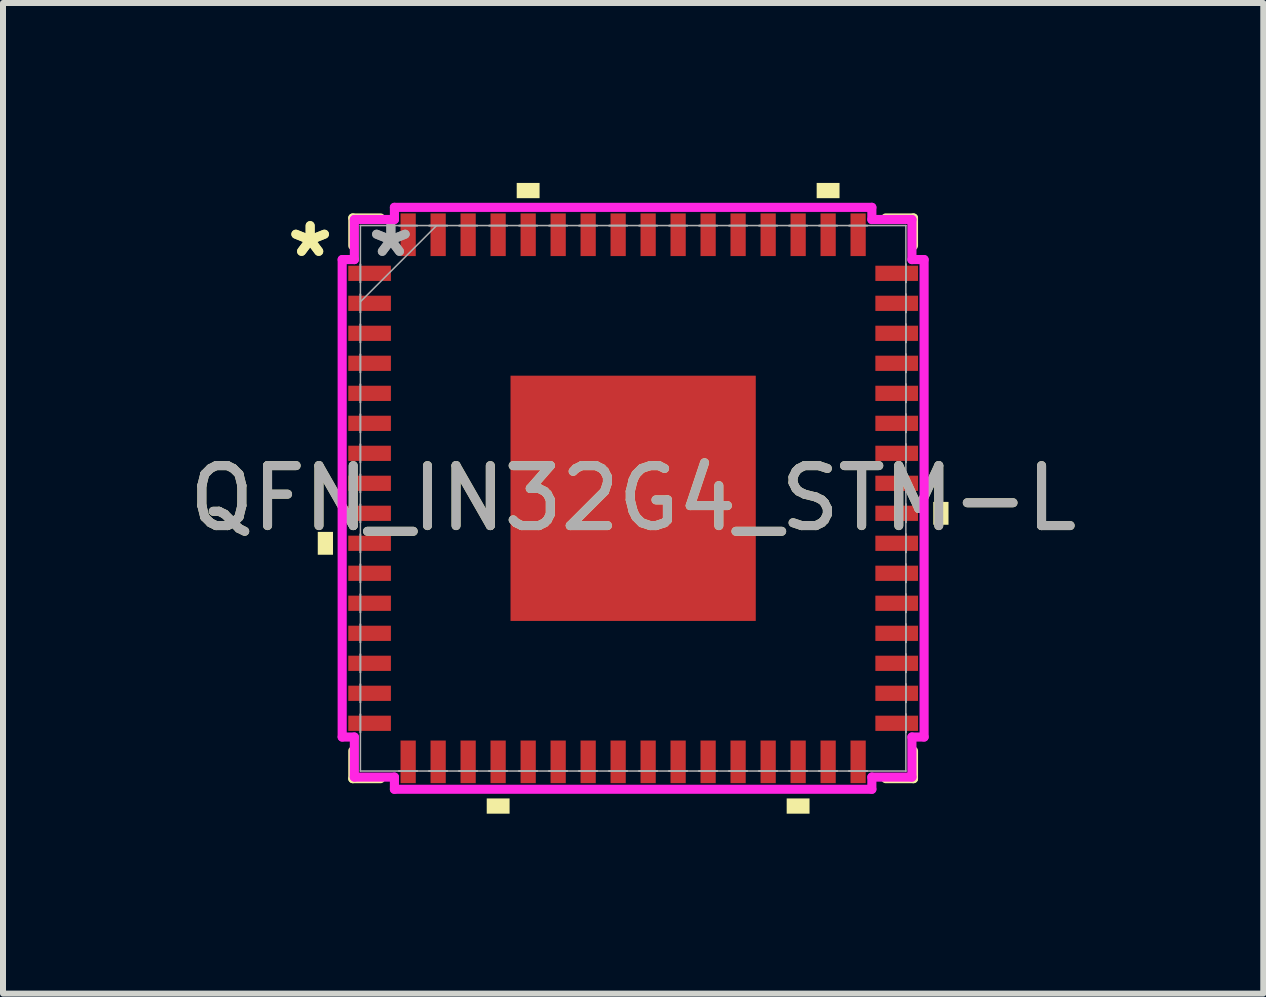
<source format=kicad_pcb>
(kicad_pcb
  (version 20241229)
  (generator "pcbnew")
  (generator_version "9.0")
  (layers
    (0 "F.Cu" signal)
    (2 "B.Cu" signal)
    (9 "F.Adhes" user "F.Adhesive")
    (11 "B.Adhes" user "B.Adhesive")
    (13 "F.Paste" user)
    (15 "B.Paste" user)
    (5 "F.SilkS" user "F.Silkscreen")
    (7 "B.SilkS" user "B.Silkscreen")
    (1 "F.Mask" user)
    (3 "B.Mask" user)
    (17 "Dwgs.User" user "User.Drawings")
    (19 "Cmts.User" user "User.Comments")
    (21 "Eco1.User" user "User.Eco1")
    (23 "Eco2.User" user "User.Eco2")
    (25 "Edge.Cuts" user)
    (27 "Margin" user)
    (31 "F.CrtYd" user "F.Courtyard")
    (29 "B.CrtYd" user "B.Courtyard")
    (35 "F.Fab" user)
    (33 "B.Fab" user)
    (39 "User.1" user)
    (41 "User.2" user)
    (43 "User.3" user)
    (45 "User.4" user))
  (footprint "QFN_IN32G4_STM-L"
    (layer "F.Cu")
    (at 7.506 5.258)
    (property "Reference" "QFN_IN32G4_STM-L" (at 0 0 0) (unlocked yes) (layer "F.SilkS") (effects (font (size 1 1) (thickness 0.15))))
    (attr smd)
    (fp_line (start -4.674 -4.674) (end -4.674 -4.211) (stroke (width 0.152) (type solid)) (layer "F.SilkS"))
    (fp_line (start -4.674 4.211) (end -4.674 4.674) (stroke (width 0.152) (type solid)) (layer "F.SilkS"))
    (fp_line (start -4.674 4.674) (end -4.211 4.674) (stroke (width 0.152) (type solid)) (layer "F.SilkS"))
    (fp_line (start -4.211 -4.674) (end -4.674 -4.674) (stroke (width 0.152) (type solid)) (layer "F.SilkS"))
    (fp_line (start 4.211 4.674) (end 4.674 4.674) (stroke (width 0.152) (type solid)) (layer "F.SilkS"))
    (fp_line (start 4.674 -4.674) (end 4.211 -4.674) (stroke (width 0.152) (type solid)) (layer "F.SilkS"))
    (fp_line (start 4.674 -4.211) (end 4.674 -4.674) (stroke (width 0.152) (type solid)) (layer "F.SilkS"))
    (fp_line (start 4.674 4.674) (end 4.674 4.211) (stroke (width 0.152) (type solid)) (layer "F.SilkS"))
    (fp_poly (pts (xy -5.258 0.56) (xy -5.258 0.941) (xy -5.004 0.941) (xy -5.004 0.56)) (stroke (width 0) (type solid)) (fill yes) (layer "F.SilkS"))
    (fp_poly (pts (xy -2.441 5.004) (xy -2.441 5.258) (xy -2.06 5.258) (xy -2.06 5.004)) (stroke (width 0) (type solid)) (fill yes) (layer "F.SilkS"))
    (fp_poly (pts (xy -1.941 -5.004) (xy -1.941 -5.258) (xy -1.56 -5.258) (xy -1.56 -5.004)) (stroke (width 0) (type solid)) (fill yes) (layer "F.SilkS"))
    (fp_poly (pts (xy 2.56 5.004) (xy 2.56 5.258) (xy 2.941 5.258) (xy 2.941 5.004)) (stroke (width 0) (type solid)) (fill yes) (layer "F.SilkS"))
    (fp_poly (pts (xy 3.06 -5.004) (xy 3.06 -5.258) (xy 3.441 -5.258) (xy 3.441 -5.004)) (stroke (width 0) (type solid)) (fill yes) (layer "F.SilkS"))
    (fp_poly (pts (xy 5.258 0.06) (xy 5.258 0.441) (xy 5.004 0.441) (xy 5.004 0.06)) (stroke (width 0) (type solid)) (fill yes) (layer "F.SilkS"))
    (fp_poly (pts (xy -1.945 -1.945) (xy -1.945 -0.782) (xy -0.782 -0.782) (xy -0.782 -1.945)) (stroke (width 0) (type solid)) (fill yes) (layer "F.Paste"))
    (fp_poly (pts (xy -1.945 -0.582) (xy -1.945 0.582) (xy -0.782 0.582) (xy -0.782 -0.582)) (stroke (width 0) (type solid)) (fill yes) (layer "F.Paste"))
    (fp_poly (pts (xy -1.945 0.782) (xy -1.945 1.945) (xy -0.782 1.945) (xy -0.782 0.782)) (stroke (width 0) (type solid)) (fill yes) (layer "F.Paste"))
    (fp_poly (pts (xy -0.582 -1.945) (xy -0.582 -0.782) (xy 0.582 -0.782) (xy 0.582 -1.945)) (stroke (width 0) (type solid)) (fill yes) (layer "F.Paste"))
    (fp_poly (pts (xy -0.582 -0.582) (xy -0.582 0.582) (xy 0.582 0.582) (xy 0.582 -0.582)) (stroke (width 0) (type solid)) (fill yes) (layer "F.Paste"))
    (fp_poly (pts (xy -0.582 0.782) (xy -0.582 1.945) (xy 0.582 1.945) (xy 0.582 0.782)) (stroke (width 0) (type solid)) (fill yes) (layer "F.Paste"))
    (fp_poly (pts (xy 0.782 -1.945) (xy 0.782 -0.782) (xy 1.945 -0.782) (xy 1.945 -1.945)) (stroke (width 0) (type solid)) (fill yes) (layer "F.Paste"))
    (fp_poly (pts (xy 0.782 -0.582) (xy 0.782 0.582) (xy 1.945 0.582) (xy 1.945 -0.582)) (stroke (width 0) (type solid)) (fill yes) (layer "F.Paste"))
    (fp_poly (pts (xy 0.782 0.782) (xy 0.782 1.945) (xy 1.945 1.945) (xy 1.945 0.782)) (stroke (width 0) (type solid)) (fill yes) (layer "F.Paste"))
    (fp_line (start -4.851 -3.98) (end -4.648 -3.98) (stroke (width 0.152) (type solid)) (layer "F.CrtYd"))
    (fp_line (start -4.851 3.98) (end -4.851 -3.98) (stroke (width 0.152) (type solid)) (layer "F.CrtYd"))
    (fp_line (start -4.648 -4.648) (end -3.98 -4.648) (stroke (width 0.152) (type solid)) (layer "F.CrtYd"))
    (fp_line (start -4.648 -3.98) (end -4.648 -4.648) (stroke (width 0.152) (type solid)) (layer "F.CrtYd"))
    (fp_line (start -4.648 3.98) (end -4.851 3.98) (stroke (width 0.152) (type solid)) (layer "F.CrtYd"))
    (fp_line (start -4.648 4.648) (end -4.648 3.98) (stroke (width 0.152) (type solid)) (layer "F.CrtYd"))
    (fp_line (start -3.98 -4.851) (end 3.98 -4.851) (stroke (width 0.152) (type solid)) (layer "F.CrtYd"))
    (fp_line (start -3.98 -4.648) (end -3.98 -4.851) (stroke (width 0.152) (type solid)) (layer "F.CrtYd"))
    (fp_line (start -3.98 4.648) (end -4.648 4.648) (stroke (width 0.152) (type solid)) (layer "F.CrtYd"))
    (fp_line (start -3.98 4.851) (end -3.98 4.648) (stroke (width 0.152) (type solid)) (layer "F.CrtYd"))
    (fp_line (start 3.98 -4.851) (end 3.98 -4.648) (stroke (width 0.152) (type solid)) (layer "F.CrtYd"))
    (fp_line (start 3.98 -4.648) (end 4.648 -4.648) (stroke (width 0.152) (type solid)) (layer "F.CrtYd"))
    (fp_line (start 3.98 4.648) (end 3.98 4.851) (stroke (width 0.152) (type solid)) (layer "F.CrtYd"))
    (fp_line (start 3.98 4.851) (end -3.98 4.851) (stroke (width 0.152) (type solid)) (layer "F.CrtYd"))
    (fp_line (start 4.648 -4.648) (end 4.648 -3.98) (stroke (width 0.152) (type solid)) (layer "F.CrtYd"))
    (fp_line (start 4.648 -3.98) (end 4.851 -3.98) (stroke (width 0.152) (type solid)) (layer "F.CrtYd"))
    (fp_line (start 4.648 3.98) (end 4.648 4.648) (stroke (width 0.152) (type solid)) (layer "F.CrtYd"))
    (fp_line (start 4.648 4.648) (end 3.98 4.648) (stroke (width 0.152) (type solid)) (layer "F.CrtYd"))
    (fp_line (start 4.851 -3.98) (end 4.851 3.98) (stroke (width 0.152) (type solid)) (layer "F.CrtYd"))
    (fp_line (start 4.851 3.98) (end 4.648 3.98) (stroke (width 0.152) (type solid)) (layer "F.CrtYd"))
    (fp_line (start -4.547 -4.547) (end -4.547 -4.547) (stroke (width 0.025) (type solid)) (layer "F.Fab"))
    (fp_line (start -4.547 -4.547) (end -4.547 4.547) (stroke (width 0.025) (type solid)) (layer "F.Fab"))
    (fp_line (start -4.547 -3.903) (end -4.547 -3.903) (stroke (width 0.025) (type solid)) (layer "F.Fab"))
    (fp_line (start -4.547 -3.903) (end -4.547 -3.599) (stroke (width 0.025) (type solid)) (layer "F.Fab"))
    (fp_line (start -4.547 -3.599) (end -4.547 -3.903) (stroke (width 0.025) (type solid)) (layer "F.Fab"))
    (fp_line (start -4.547 -3.599) (end -4.547 -3.599) (stroke (width 0.025) (type solid)) (layer "F.Fab"))
    (fp_line (start -4.547 -3.403) (end -4.547 -3.403) (stroke (width 0.025) (type solid)) (layer "F.Fab"))
    (fp_line (start -4.547 -3.403) (end -4.547 -3.098) (stroke (width 0.025) (type solid)) (layer "F.Fab"))
    (fp_line (start -4.547 -3.277) (end -3.277 -4.547) (stroke (width 0.025) (type solid)) (layer "F.Fab"))
    (fp_line (start -4.547 -3.098) (end -4.547 -3.403) (stroke (width 0.025) (type solid)) (layer "F.Fab"))
    (fp_line (start -4.547 -3.098) (end -4.547 -3.098) (stroke (width 0.025) (type solid)) (layer "F.Fab"))
    (fp_line (start -4.547 -2.903) (end -4.547 -2.903) (stroke (width 0.025) (type solid)) (layer "F.Fab"))
    (fp_line (start -4.547 -2.903) (end -4.547 -2.598) (stroke (width 0.025) (type solid)) (layer "F.Fab"))
    (fp_line (start -4.547 -2.598) (end -4.547 -2.903) (stroke (width 0.025) (type solid)) (layer "F.Fab"))
    (fp_line (start -4.547 -2.598) (end -4.547 -2.598) (stroke (width 0.025) (type solid)) (layer "F.Fab"))
    (fp_line (start -4.547 -2.403) (end -4.547 -2.403) (stroke (width 0.025) (type solid)) (layer "F.Fab"))
    (fp_line (start -4.547 -2.403) (end -4.547 -2.098) (stroke (width 0.025) (type solid)) (layer "F.Fab"))
    (fp_line (start -4.547 -2.098) (end -4.547 -2.403) (stroke (width 0.025) (type solid)) (layer "F.Fab"))
    (fp_line (start -4.547 -2.098) (end -4.547 -2.098) (stroke (width 0.025) (type solid)) (layer "F.Fab"))
    (fp_line (start -4.547 -1.903) (end -4.547 -1.903) (stroke (width 0.025) (type solid)) (layer "F.Fab"))
    (fp_line (start -4.547 -1.903) (end -4.547 -1.598) (stroke (width 0.025) (type solid)) (layer "F.Fab"))
    (fp_line (start -4.547 -1.598) (end -4.547 -1.903) (stroke (width 0.025) (type solid)) (layer "F.Fab"))
    (fp_line (start -4.547 -1.598) (end -4.547 -1.598) (stroke (width 0.025) (type solid)) (layer "F.Fab"))
    (fp_line (start -4.547 -1.403) (end -4.547 -1.403) (stroke (width 0.025) (type solid)) (layer "F.Fab"))
    (fp_line (start -4.547 -1.403) (end -4.547 -1.098) (stroke (width 0.025) (type solid)) (layer "F.Fab"))
    (fp_line (start -4.547 -1.098) (end -4.547 -1.403) (stroke (width 0.025) (type solid)) (layer "F.Fab"))
    (fp_line (start -4.547 -1.098) (end -4.547 -1.098) (stroke (width 0.025) (type solid)) (layer "F.Fab"))
    (fp_line (start -4.547 -0.903) (end -4.547 -0.903) (stroke (width 0.025) (type solid)) (layer "F.Fab"))
    (fp_line (start -4.547 -0.903) (end -4.547 -0.598) (stroke (width 0.025) (type solid)) (layer "F.Fab"))
    (fp_line (start -4.547 -0.598) (end -4.547 -0.903) (stroke (width 0.025) (type solid)) (layer "F.Fab"))
    (fp_line (start -4.547 -0.598) (end -4.547 -0.598) (stroke (width 0.025) (type solid)) (layer "F.Fab"))
    (fp_line (start -4.547 -0.402) (end -4.547 -0.402) (stroke (width 0.025) (type solid)) (layer "F.Fab"))
    (fp_line (start -4.547 -0.402) (end -4.547 -0.098) (stroke (width 0.025) (type solid)) (layer "F.Fab"))
    (fp_line (start -4.547 -0.098) (end -4.547 -0.402) (stroke (width 0.025) (type solid)) (layer "F.Fab"))
    (fp_line (start -4.547 -0.098) (end -4.547 -0.098) (stroke (width 0.025) (type solid)) (layer "F.Fab"))
    (fp_line (start -4.547 0.098) (end -4.547 0.098) (stroke (width 0.025) (type solid)) (layer "F.Fab"))
    (fp_line (start -4.547 0.098) (end -4.547 0.402) (stroke (width 0.025) (type solid)) (layer "F.Fab"))
    (fp_line (start -4.547 0.402) (end -4.547 0.098) (stroke (width 0.025) (type solid)) (layer "F.Fab"))
    (fp_line (start -4.547 0.402) (end -4.547 0.402) (stroke (width 0.025) (type solid)) (layer "F.Fab"))
    (fp_line (start -4.547 0.598) (end -4.547 0.598) (stroke (width 0.025) (type solid)) (layer "F.Fab"))
    (fp_line (start -4.547 0.598) (end -4.547 0.903) (stroke (width 0.025) (type solid)) (layer "F.Fab"))
    (fp_line (start -4.547 0.903) (end -4.547 0.598) (stroke (width 0.025) (type solid)) (layer "F.Fab"))
    (fp_line (start -4.547 0.903) (end -4.547 0.903) (stroke (width 0.025) (type solid)) (layer "F.Fab"))
    (fp_line (start -4.547 1.098) (end -4.547 1.098) (stroke (width 0.025) (type solid)) (layer "F.Fab"))
    (fp_line (start -4.547 1.098) (end -4.547 1.403) (stroke (width 0.025) (type solid)) (layer "F.Fab"))
    (fp_line (start -4.547 1.403) (end -4.547 1.098) (stroke (width 0.025) (type solid)) (layer "F.Fab"))
    (fp_line (start -4.547 1.403) (end -4.547 1.403) (stroke (width 0.025) (type solid)) (layer "F.Fab"))
    (fp_line (start -4.547 1.598) (end -4.547 1.598) (stroke (width 0.025) (type solid)) (layer "F.Fab"))
    (fp_line (start -4.547 1.598) (end -4.547 1.903) (stroke (width 0.025) (type solid)) (layer "F.Fab"))
    (fp_line (start -4.547 1.903) (end -4.547 1.598) (stroke (width 0.025) (type solid)) (layer "F.Fab"))
    (fp_line (start -4.547 1.903) (end -4.547 1.903) (stroke (width 0.025) (type solid)) (layer "F.Fab"))
    (fp_line (start -4.547 2.098) (end -4.547 2.098) (stroke (width 0.025) (type solid)) (layer "F.Fab"))
    (fp_line (start -4.547 2.098) (end -4.547 2.403) (stroke (width 0.025) (type solid)) (layer "F.Fab"))
    (fp_line (start -4.547 2.403) (end -4.547 2.098) (stroke (width 0.025) (type solid)) (layer "F.Fab"))
    (fp_line (start -4.547 2.403) (end -4.547 2.403) (stroke (width 0.025) (type solid)) (layer "F.Fab"))
    (fp_line (start -4.547 2.598) (end -4.547 2.598) (stroke (width 0.025) (type solid)) (layer "F.Fab"))
    (fp_line (start -4.547 2.598) (end -4.547 2.903) (stroke (width 0.025) (type solid)) (layer "F.Fab"))
    (fp_line (start -4.547 2.903) (end -4.547 2.598) (stroke (width 0.025) (type solid)) (layer "F.Fab"))
    (fp_line (start -4.547 2.903) (end -4.547 2.903) (stroke (width 0.025) (type solid)) (layer "F.Fab"))
    (fp_line (start -4.547 3.098) (end -4.547 3.098) (stroke (width 0.025) (type solid)) (layer "F.Fab"))
    (fp_line (start -4.547 3.098) (end -4.547 3.403) (stroke (width 0.025) (type solid)) (layer "F.Fab"))
    (fp_line (start -4.547 3.403) (end -4.547 3.098) (stroke (width 0.025) (type solid)) (layer "F.Fab"))
    (fp_line (start -4.547 3.403) (end -4.547 3.403) (stroke (width 0.025) (type solid)) (layer "F.Fab"))
    (fp_line (start -4.547 3.599) (end -4.547 3.599) (stroke (width 0.025) (type solid)) (layer "F.Fab"))
    (fp_line (start -4.547 3.599) (end -4.547 3.903) (stroke (width 0.025) (type solid)) (layer "F.Fab"))
    (fp_line (start -4.547 3.903) (end -4.547 3.599) (stroke (width 0.025) (type solid)) (layer "F.Fab"))
    (fp_line (start -4.547 3.903) (end -4.547 3.903) (stroke (width 0.025) (type solid)) (layer "F.Fab"))
    (fp_line (start -4.547 4.547) (end -4.547 4.547) (stroke (width 0.025) (type solid)) (layer "F.Fab"))
    (fp_line (start -4.547 4.547) (end 4.547 4.547) (stroke (width 0.025) (type solid)) (layer "F.Fab"))
    (fp_line (start -3.903 -4.547) (end -3.903 -4.547) (stroke (width 0.025) (type solid)) (layer "F.Fab"))
    (fp_line (start -3.903 -4.547) (end -3.599 -4.547) (stroke (width 0.025) (type solid)) (layer "F.Fab"))
    (fp_line (start -3.903 4.547) (end -3.903 4.547) (stroke (width 0.025) (type solid)) (layer "F.Fab"))
    (fp_line (start -3.903 4.547) (end -3.599 4.547) (stroke (width 0.025) (type solid)) (layer "F.Fab"))
    (fp_line (start -3.599 -4.547) (end -3.903 -4.547) (stroke (width 0.025) (type solid)) (layer "F.Fab"))
    (fp_line (start -3.599 -4.547) (end -3.599 -4.547) (stroke (width 0.025) (type solid)) (layer "F.Fab"))
    (fp_line (start -3.599 4.547) (end -3.903 4.547) (stroke (width 0.025) (type solid)) (layer "F.Fab"))
    (fp_line (start -3.599 4.547) (end -3.599 4.547) (stroke (width 0.025) (type solid)) (layer "F.Fab"))
    (fp_line (start -3.403 -4.547) (end -3.403 -4.547) (stroke (width 0.025) (type solid)) (layer "F.Fab"))
    (fp_line (start -3.403 -4.547) (end -3.098 -4.547) (stroke (width 0.025) (type solid)) (layer "F.Fab"))
    (fp_line (start -3.403 4.547) (end -3.403 4.547) (stroke (width 0.025) (type solid)) (layer "F.Fab"))
    (fp_line (start -3.403 4.547) (end -3.098 4.547) (stroke (width 0.025) (type solid)) (layer "F.Fab"))
    (fp_line (start -3.098 -4.547) (end -3.403 -4.547) (stroke (width 0.025) (type solid)) (layer "F.Fab"))
    (fp_line (start -3.098 -4.547) (end -3.098 -4.547) (stroke (width 0.025) (type solid)) (layer "F.Fab"))
    (fp_line (start -3.098 4.547) (end -3.403 4.547) (stroke (width 0.025) (type solid)) (layer "F.Fab"))
    (fp_line (start -3.098 4.547) (end -3.098 4.547) (stroke (width 0.025) (type solid)) (layer "F.Fab"))
    (fp_line (start -2.903 -4.547) (end -2.903 -4.547) (stroke (width 0.025) (type solid)) (layer "F.Fab"))
    (fp_line (start -2.903 -4.547) (end -2.598 -4.547) (stroke (width 0.025) (type solid)) (layer "F.Fab"))
    (fp_line (start -2.903 4.547) (end -2.903 4.547) (stroke (width 0.025) (type solid)) (layer "F.Fab"))
    (fp_line (start -2.903 4.547) (end -2.598 4.547) (stroke (width 0.025) (type solid)) (layer "F.Fab"))
    (fp_line (start -2.598 -4.547) (end -2.903 -4.547) (stroke (width 0.025) (type solid)) (layer "F.Fab"))
    (fp_line (start -2.598 -4.547) (end -2.598 -4.547) (stroke (width 0.025) (type solid)) (layer "F.Fab"))
    (fp_line (start -2.598 4.547) (end -2.903 4.547) (stroke (width 0.025) (type solid)) (layer "F.Fab"))
    (fp_line (start -2.598 4.547) (end -2.598 4.547) (stroke (width 0.025) (type solid)) (layer "F.Fab"))
    (fp_line (start -2.403 -4.547) (end -2.403 -4.547) (stroke (width 0.025) (type solid)) (layer "F.Fab"))
    (fp_line (start -2.403 -4.547) (end -2.098 -4.547) (stroke (width 0.025) (type solid)) (layer "F.Fab"))
    (fp_line (start -2.403 4.547) (end -2.403 4.547) (stroke (width 0.025) (type solid)) (layer "F.Fab"))
    (fp_line (start -2.403 4.547) (end -2.098 4.547) (stroke (width 0.025) (type solid)) (layer "F.Fab"))
    (fp_line (start -2.098 -4.547) (end -2.403 -4.547) (stroke (width 0.025) (type solid)) (layer "F.Fab"))
    (fp_line (start -2.098 -4.547) (end -2.098 -4.547) (stroke (width 0.025) (type solid)) (layer "F.Fab"))
    (fp_line (start -2.098 4.547) (end -2.403 4.547) (stroke (width 0.025) (type solid)) (layer "F.Fab"))
    (fp_line (start -2.098 4.547) (end -2.098 4.547) (stroke (width 0.025) (type solid)) (layer "F.Fab"))
    (fp_line (start -1.903 -4.547) (end -1.903 -4.547) (stroke (width 0.025) (type solid)) (layer "F.Fab"))
    (fp_line (start -1.903 -4.547) (end -1.598 -4.547) (stroke (width 0.025) (type solid)) (layer "F.Fab"))
    (fp_line (start -1.903 4.547) (end -1.903 4.547) (stroke (width 0.025) (type solid)) (layer "F.Fab"))
    (fp_line (start -1.903 4.547) (end -1.598 4.547) (stroke (width 0.025) (type solid)) (layer "F.Fab"))
    (fp_line (start -1.598 -4.547) (end -1.903 -4.547) (stroke (width 0.025) (type solid)) (layer "F.Fab"))
    (fp_line (start -1.598 -4.547) (end -1.598 -4.547) (stroke (width 0.025) (type solid)) (layer "F.Fab"))
    (fp_line (start -1.598 4.547) (end -1.903 4.547) (stroke (width 0.025) (type solid)) (layer "F.Fab"))
    (fp_line (start -1.598 4.547) (end -1.598 4.547) (stroke (width 0.025) (type solid)) (layer "F.Fab"))
    (fp_line (start -1.403 -4.547) (end -1.403 -4.547) (stroke (width 0.025) (type solid)) (layer "F.Fab"))
    (fp_line (start -1.403 -4.547) (end -1.098 -4.547) (stroke (width 0.025) (type solid)) (layer "F.Fab"))
    (fp_line (start -1.403 4.547) (end -1.403 4.547) (stroke (width 0.025) (type solid)) (layer "F.Fab"))
    (fp_line (start -1.403 4.547) (end -1.098 4.547) (stroke (width 0.025) (type solid)) (layer "F.Fab"))
    (fp_line (start -1.098 -4.547) (end -1.403 -4.547) (stroke (width 0.025) (type solid)) (layer "F.Fab"))
    (fp_line (start -1.098 -4.547) (end -1.098 -4.547) (stroke (width 0.025) (type solid)) (layer "F.Fab"))
    (fp_line (start -1.098 4.547) (end -1.403 4.547) (stroke (width 0.025) (type solid)) (layer "F.Fab"))
    (fp_line (start -1.098 4.547) (end -1.098 4.547) (stroke (width 0.025) (type solid)) (layer "F.Fab"))
    (fp_line (start -0.903 -4.547) (end -0.903 -4.547) (stroke (width 0.025) (type solid)) (layer "F.Fab"))
    (fp_line (start -0.903 -4.547) (end -0.598 -4.547) (stroke (width 0.025) (type solid)) (layer "F.Fab"))
    (fp_line (start -0.903 4.547) (end -0.903 4.547) (stroke (width 0.025) (type solid)) (layer "F.Fab"))
    (fp_line (start -0.903 4.547) (end -0.598 4.547) (stroke (width 0.025) (type solid)) (layer "F.Fab"))
    (fp_line (start -0.598 -4.547) (end -0.903 -4.547) (stroke (width 0.025) (type solid)) (layer "F.Fab"))
    (fp_line (start -0.598 -4.547) (end -0.598 -4.547) (stroke (width 0.025) (type solid)) (layer "F.Fab"))
    (fp_line (start -0.598 4.547) (end -0.903 4.547) (stroke (width 0.025) (type solid)) (layer "F.Fab"))
    (fp_line (start -0.598 4.547) (end -0.598 4.547) (stroke (width 0.025) (type solid)) (layer "F.Fab"))
    (fp_line (start -0.402 -4.547) (end -0.402 -4.547) (stroke (width 0.025) (type solid)) (layer "F.Fab"))
    (fp_line (start -0.402 -4.547) (end -0.098 -4.547) (stroke (width 0.025) (type solid)) (layer "F.Fab"))
    (fp_line (start -0.402 4.547) (end -0.402 4.547) (stroke (width 0.025) (type solid)) (layer "F.Fab"))
    (fp_line (start -0.402 4.547) (end -0.098 4.547) (stroke (width 0.025) (type solid)) (layer "F.Fab"))
    (fp_line (start -0.098 -4.547) (end -0.402 -4.547) (stroke (width 0.025) (type solid)) (layer "F.Fab"))
    (fp_line (start -0.098 -4.547) (end -0.098 -4.547) (stroke (width 0.025) (type solid)) (layer "F.Fab"))
    (fp_line (start -0.098 4.547) (end -0.402 4.547) (stroke (width 0.025) (type solid)) (layer "F.Fab"))
    (fp_line (start -0.098 4.547) (end -0.098 4.547) (stroke (width 0.025) (type solid)) (layer "F.Fab"))
    (fp_line (start 0.098 -4.547) (end 0.098 -4.547) (stroke (width 0.025) (type solid)) (layer "F.Fab"))
    (fp_line (start 0.098 -4.547) (end 0.402 -4.547) (stroke (width 0.025) (type solid)) (layer "F.Fab"))
    (fp_line (start 0.098 4.547) (end 0.098 4.547) (stroke (width 0.025) (type solid)) (layer "F.Fab"))
    (fp_line (start 0.098 4.547) (end 0.402 4.547) (stroke (width 0.025) (type solid)) (layer "F.Fab"))
    (fp_line (start 0.402 -4.547) (end 0.098 -4.547) (stroke (width 0.025) (type solid)) (layer "F.Fab"))
    (fp_line (start 0.402 -4.547) (end 0.402 -4.547) (stroke (width 0.025) (type solid)) (layer "F.Fab"))
    (fp_line (start 0.402 4.547) (end 0.098 4.547) (stroke (width 0.025) (type solid)) (layer "F.Fab"))
    (fp_line (start 0.402 4.547) (end 0.402 4.547) (stroke (width 0.025) (type solid)) (layer "F.Fab"))
    (fp_line (start 0.598 -4.547) (end 0.598 -4.547) (stroke (width 0.025) (type solid)) (layer "F.Fab"))
    (fp_line (start 0.598 -4.547) (end 0.903 -4.547) (stroke (width 0.025) (type solid)) (layer "F.Fab"))
    (fp_line (start 0.598 4.547) (end 0.598 4.547) (stroke (width 0.025) (type solid)) (layer "F.Fab"))
    (fp_line (start 0.598 4.547) (end 0.903 4.547) (stroke (width 0.025) (type solid)) (layer "F.Fab"))
    (fp_line (start 0.903 -4.547) (end 0.598 -4.547) (stroke (width 0.025) (type solid)) (layer "F.Fab"))
    (fp_line (start 0.903 -4.547) (end 0.903 -4.547) (stroke (width 0.025) (type solid)) (layer "F.Fab"))
    (fp_line (start 0.903 4.547) (end 0.598 4.547) (stroke (width 0.025) (type solid)) (layer "F.Fab"))
    (fp_line (start 0.903 4.547) (end 0.903 4.547) (stroke (width 0.025) (type solid)) (layer "F.Fab"))
    (fp_line (start 1.098 -4.547) (end 1.098 -4.547) (stroke (width 0.025) (type solid)) (layer "F.Fab"))
    (fp_line (start 1.098 -4.547) (end 1.403 -4.547) (stroke (width 0.025) (type solid)) (layer "F.Fab"))
    (fp_line (start 1.098 4.547) (end 1.098 4.547) (stroke (width 0.025) (type solid)) (layer "F.Fab"))
    (fp_line (start 1.098 4.547) (end 1.403 4.547) (stroke (width 0.025) (type solid)) (layer "F.Fab"))
    (fp_line (start 1.403 -4.547) (end 1.098 -4.547) (stroke (width 0.025) (type solid)) (layer "F.Fab"))
    (fp_line (start 1.403 -4.547) (end 1.403 -4.547) (stroke (width 0.025) (type solid)) (layer "F.Fab"))
    (fp_line (start 1.403 4.547) (end 1.098 4.547) (stroke (width 0.025) (type solid)) (layer "F.Fab"))
    (fp_line (start 1.403 4.547) (end 1.403 4.547) (stroke (width 0.025) (type solid)) (layer "F.Fab"))
    (fp_line (start 1.598 -4.547) (end 1.598 -4.547) (stroke (width 0.025) (type solid)) (layer "F.Fab"))
    (fp_line (start 1.598 -4.547) (end 1.903 -4.547) (stroke (width 0.025) (type solid)) (layer "F.Fab"))
    (fp_line (start 1.598 4.547) (end 1.598 4.547) (stroke (width 0.025) (type solid)) (layer "F.Fab"))
    (fp_line (start 1.598 4.547) (end 1.903 4.547) (stroke (width 0.025) (type solid)) (layer "F.Fab"))
    (fp_line (start 1.903 -4.547) (end 1.598 -4.547) (stroke (width 0.025) (type solid)) (layer "F.Fab"))
    (fp_line (start 1.903 -4.547) (end 1.903 -4.547) (stroke (width 0.025) (type solid)) (layer "F.Fab"))
    (fp_line (start 1.903 4.547) (end 1.598 4.547) (stroke (width 0.025) (type solid)) (layer "F.Fab"))
    (fp_line (start 1.903 4.547) (end 1.903 4.547) (stroke (width 0.025) (type solid)) (layer "F.Fab"))
    (fp_line (start 2.098 -4.547) (end 2.098 -4.547) (stroke (width 0.025) (type solid)) (layer "F.Fab"))
    (fp_line (start 2.098 -4.547) (end 2.403 -4.547) (stroke (width 0.025) (type solid)) (layer "F.Fab"))
    (fp_line (start 2.098 4.547) (end 2.098 4.547) (stroke (width 0.025) (type solid)) (layer "F.Fab"))
    (fp_line (start 2.098 4.547) (end 2.403 4.547) (stroke (width 0.025) (type solid)) (layer "F.Fab"))
    (fp_line (start 2.403 -4.547) (end 2.098 -4.547) (stroke (width 0.025) (type solid)) (layer "F.Fab"))
    (fp_line (start 2.403 -4.547) (end 2.403 -4.547) (stroke (width 0.025) (type solid)) (layer "F.Fab"))
    (fp_line (start 2.403 4.547) (end 2.098 4.547) (stroke (width 0.025) (type solid)) (layer "F.Fab"))
    (fp_line (start 2.403 4.547) (end 2.403 4.547) (stroke (width 0.025) (type solid)) (layer "F.Fab"))
    (fp_line (start 2.598 -4.547) (end 2.598 -4.547) (stroke (width 0.025) (type solid)) (layer "F.Fab"))
    (fp_line (start 2.598 -4.547) (end 2.903 -4.547) (stroke (width 0.025) (type solid)) (layer "F.Fab"))
    (fp_line (start 2.598 4.547) (end 2.598 4.547) (stroke (width 0.025) (type solid)) (layer "F.Fab"))
    (fp_line (start 2.598 4.547) (end 2.903 4.547) (stroke (width 0.025) (type solid)) (layer "F.Fab"))
    (fp_line (start 2.903 -4.547) (end 2.598 -4.547) (stroke (width 0.025) (type solid)) (layer "F.Fab"))
    (fp_line (start 2.903 -4.547) (end 2.903 -4.547) (stroke (width 0.025) (type solid)) (layer "F.Fab"))
    (fp_line (start 2.903 4.547) (end 2.598 4.547) (stroke (width 0.025) (type solid)) (layer "F.Fab"))
    (fp_line (start 2.903 4.547) (end 2.903 4.547) (stroke (width 0.025) (type solid)) (layer "F.Fab"))
    (fp_line (start 3.098 -4.547) (end 3.098 -4.547) (stroke (width 0.025) (type solid)) (layer "F.Fab"))
    (fp_line (start 3.098 -4.547) (end 3.403 -4.547) (stroke (width 0.025) (type solid)) (layer "F.Fab"))
    (fp_line (start 3.098 4.547) (end 3.098 4.547) (stroke (width 0.025) (type solid)) (layer "F.Fab"))
    (fp_line (start 3.098 4.547) (end 3.403 4.547) (stroke (width 0.025) (type solid)) (layer "F.Fab"))
    (fp_line (start 3.403 -4.547) (end 3.098 -4.547) (stroke (width 0.025) (type solid)) (layer "F.Fab"))
    (fp_line (start 3.403 -4.547) (end 3.403 -4.547) (stroke (width 0.025) (type solid)) (layer "F.Fab"))
    (fp_line (start 3.403 4.547) (end 3.098 4.547) (stroke (width 0.025) (type solid)) (layer "F.Fab"))
    (fp_line (start 3.403 4.547) (end 3.403 4.547) (stroke (width 0.025) (type solid)) (layer "F.Fab"))
    (fp_line (start 3.599 -4.547) (end 3.599 -4.547) (stroke (width 0.025) (type solid)) (layer "F.Fab"))
    (fp_line (start 3.599 -4.547) (end 3.903 -4.547) (stroke (width 0.025) (type solid)) (layer "F.Fab"))
    (fp_line (start 3.599 4.547) (end 3.599 4.547) (stroke (width 0.025) (type solid)) (layer "F.Fab"))
    (fp_line (start 3.599 4.547) (end 3.903 4.547) (stroke (width 0.025) (type solid)) (layer "F.Fab"))
    (fp_line (start 3.903 -4.547) (end 3.599 -4.547) (stroke (width 0.025) (type solid)) (layer "F.Fab"))
    (fp_line (start 3.903 -4.547) (end 3.903 -4.547) (stroke (width 0.025) (type solid)) (layer "F.Fab"))
    (fp_line (start 3.903 4.547) (end 3.599 4.547) (stroke (width 0.025) (type solid)) (layer "F.Fab"))
    (fp_line (start 3.903 4.547) (end 3.903 4.547) (stroke (width 0.025) (type solid)) (layer "F.Fab"))
    (fp_line (start 4.547 -4.547) (end -4.547 -4.547) (stroke (width 0.025) (type solid)) (layer "F.Fab"))
    (fp_line (start 4.547 -4.547) (end 4.547 -4.547) (stroke (width 0.025) (type solid)) (layer "F.Fab"))
    (fp_line (start 4.547 -3.903) (end 4.547 -3.903) (stroke (width 0.025) (type solid)) (layer "F.Fab"))
    (fp_line (start 4.547 -3.903) (end 4.547 -3.599) (stroke (width 0.025) (type solid)) (layer "F.Fab"))
    (fp_line (start 4.547 -3.599) (end 4.547 -3.903) (stroke (width 0.025) (type solid)) (layer "F.Fab"))
    (fp_line (start 4.547 -3.599) (end 4.547 -3.599) (stroke (width 0.025) (type solid)) (layer "F.Fab"))
    (fp_line (start 4.547 -3.403) (end 4.547 -3.403) (stroke (width 0.025) (type solid)) (layer "F.Fab"))
    (fp_line (start 4.547 -3.403) (end 4.547 -3.098) (stroke (width 0.025) (type solid)) (layer "F.Fab"))
    (fp_line (start 4.547 -3.098) (end 4.547 -3.403) (stroke (width 0.025) (type solid)) (layer "F.Fab"))
    (fp_line (start 4.547 -3.098) (end 4.547 -3.098) (stroke (width 0.025) (type solid)) (layer "F.Fab"))
    (fp_line (start 4.547 -2.903) (end 4.547 -2.903) (stroke (width 0.025) (type solid)) (layer "F.Fab"))
    (fp_line (start 4.547 -2.903) (end 4.547 -2.598) (stroke (width 0.025) (type solid)) (layer "F.Fab"))
    (fp_line (start 4.547 -2.598) (end 4.547 -2.903) (stroke (width 0.025) (type solid)) (layer "F.Fab"))
    (fp_line (start 4.547 -2.598) (end 4.547 -2.598) (stroke (width 0.025) (type solid)) (layer "F.Fab"))
    (fp_line (start 4.547 -2.403) (end 4.547 -2.403) (stroke (width 0.025) (type solid)) (layer "F.Fab"))
    (fp_line (start 4.547 -2.403) (end 4.547 -2.098) (stroke (width 0.025) (type solid)) (layer "F.Fab"))
    (fp_line (start 4.547 -2.098) (end 4.547 -2.403) (stroke (width 0.025) (type solid)) (layer "F.Fab"))
    (fp_line (start 4.547 -2.098) (end 4.547 -2.098) (stroke (width 0.025) (type solid)) (layer "F.Fab"))
    (fp_line (start 4.547 -1.903) (end 4.547 -1.903) (stroke (width 0.025) (type solid)) (layer "F.Fab"))
    (fp_line (start 4.547 -1.903) (end 4.547 -1.598) (stroke (width 0.025) (type solid)) (layer "F.Fab"))
    (fp_line (start 4.547 -1.598) (end 4.547 -1.903) (stroke (width 0.025) (type solid)) (layer "F.Fab"))
    (fp_line (start 4.547 -1.598) (end 4.547 -1.598) (stroke (width 0.025) (type solid)) (layer "F.Fab"))
    (fp_line (start 4.547 -1.403) (end 4.547 -1.403) (stroke (width 0.025) (type solid)) (layer "F.Fab"))
    (fp_line (start 4.547 -1.403) (end 4.547 -1.098) (stroke (width 0.025) (type solid)) (layer "F.Fab"))
    (fp_line (start 4.547 -1.098) (end 4.547 -1.403) (stroke (width 0.025) (type solid)) (layer "F.Fab"))
    (fp_line (start 4.547 -1.098) (end 4.547 -1.098) (stroke (width 0.025) (type solid)) (layer "F.Fab"))
    (fp_line (start 4.547 -0.903) (end 4.547 -0.903) (stroke (width 0.025) (type solid)) (layer "F.Fab"))
    (fp_line (start 4.547 -0.903) (end 4.547 -0.598) (stroke (width 0.025) (type solid)) (layer "F.Fab"))
    (fp_line (start 4.547 -0.598) (end 4.547 -0.903) (stroke (width 0.025) (type solid)) (layer "F.Fab"))
    (fp_line (start 4.547 -0.598) (end 4.547 -0.598) (stroke (width 0.025) (type solid)) (layer "F.Fab"))
    (fp_line (start 4.547 -0.402) (end 4.547 -0.402) (stroke (width 0.025) (type solid)) (layer "F.Fab"))
    (fp_line (start 4.547 -0.402) (end 4.547 -0.098) (stroke (width 0.025) (type solid)) (layer "F.Fab"))
    (fp_line (start 4.547 -0.098) (end 4.547 -0.402) (stroke (width 0.025) (type solid)) (layer "F.Fab"))
    (fp_line (start 4.547 -0.098) (end 4.547 -0.098) (stroke (width 0.025) (type solid)) (layer "F.Fab"))
    (fp_line (start 4.547 0.098) (end 4.547 0.098) (stroke (width 0.025) (type solid)) (layer "F.Fab"))
    (fp_line (start 4.547 0.098) (end 4.547 0.402) (stroke (width 0.025) (type solid)) (layer "F.Fab"))
    (fp_line (start 4.547 0.402) (end 4.547 0.098) (stroke (width 0.025) (type solid)) (layer "F.Fab"))
    (fp_line (start 4.547 0.402) (end 4.547 0.402) (stroke (width 0.025) (type solid)) (layer "F.Fab"))
    (fp_line (start 4.547 0.598) (end 4.547 0.598) (stroke (width 0.025) (type solid)) (layer "F.Fab"))
    (fp_line (start 4.547 0.598) (end 4.547 0.903) (stroke (width 0.025) (type solid)) (layer "F.Fab"))
    (fp_line (start 4.547 0.903) (end 4.547 0.598) (stroke (width 0.025) (type solid)) (layer "F.Fab"))
    (fp_line (start 4.547 0.903) (end 4.547 0.903) (stroke (width 0.025) (type solid)) (layer "F.Fab"))
    (fp_line (start 4.547 1.098) (end 4.547 1.098) (stroke (width 0.025) (type solid)) (layer "F.Fab"))
    (fp_line (start 4.547 1.098) (end 4.547 1.403) (stroke (width 0.025) (type solid)) (layer "F.Fab"))
    (fp_line (start 4.547 1.403) (end 4.547 1.098) (stroke (width 0.025) (type solid)) (layer "F.Fab"))
    (fp_line (start 4.547 1.403) (end 4.547 1.403) (stroke (width 0.025) (type solid)) (layer "F.Fab"))
    (fp_line (start 4.547 1.598) (end 4.547 1.598) (stroke (width 0.025) (type solid)) (layer "F.Fab"))
    (fp_line (start 4.547 1.598) (end 4.547 1.903) (stroke (width 0.025) (type solid)) (layer "F.Fab"))
    (fp_line (start 4.547 1.903) (end 4.547 1.598) (stroke (width 0.025) (type solid)) (layer "F.Fab"))
    (fp_line (start 4.547 1.903) (end 4.547 1.903) (stroke (width 0.025) (type solid)) (layer "F.Fab"))
    (fp_line (start 4.547 2.098) (end 4.547 2.098) (stroke (width 0.025) (type solid)) (layer "F.Fab"))
    (fp_line (start 4.547 2.098) (end 4.547 2.403) (stroke (width 0.025) (type solid)) (layer "F.Fab"))
    (fp_line (start 4.547 2.403) (end 4.547 2.098) (stroke (width 0.025) (type solid)) (layer "F.Fab"))
    (fp_line (start 4.547 2.403) (end 4.547 2.403) (stroke (width 0.025) (type solid)) (layer "F.Fab"))
    (fp_line (start 4.547 2.598) (end 4.547 2.598) (stroke (width 0.025) (type solid)) (layer "F.Fab"))
    (fp_line (start 4.547 2.598) (end 4.547 2.903) (stroke (width 0.025) (type solid)) (layer "F.Fab"))
    (fp_line (start 4.547 2.903) (end 4.547 2.598) (stroke (width 0.025) (type solid)) (layer "F.Fab"))
    (fp_line (start 4.547 2.903) (end 4.547 2.903) (stroke (width 0.025) (type solid)) (layer "F.Fab"))
    (fp_line (start 4.547 3.098) (end 4.547 3.098) (stroke (width 0.025) (type solid)) (layer "F.Fab"))
    (fp_line (start 4.547 3.098) (end 4.547 3.403) (stroke (width 0.025) (type solid)) (layer "F.Fab"))
    (fp_line (start 4.547 3.403) (end 4.547 3.098) (stroke (width 0.025) (type solid)) (layer "F.Fab"))
    (fp_line (start 4.547 3.403) (end 4.547 3.403) (stroke (width 0.025) (type solid)) (layer "F.Fab"))
    (fp_line (start 4.547 3.599) (end 4.547 3.599) (stroke (width 0.025) (type solid)) (layer "F.Fab"))
    (fp_line (start 4.547 3.599) (end 4.547 3.903) (stroke (width 0.025) (type solid)) (layer "F.Fab"))
    (fp_line (start 4.547 3.903) (end 4.547 3.599) (stroke (width 0.025) (type solid)) (layer "F.Fab"))
    (fp_line (start 4.547 3.903) (end 4.547 3.903) (stroke (width 0.025) (type solid)) (layer "F.Fab"))
    (fp_line (start 4.547 4.547) (end 4.547 -4.547) (stroke (width 0.025) (type solid)) (layer "F.Fab"))
    (fp_line (start 4.547 4.547) (end 4.547 4.547) (stroke (width 0.025) (type solid)) (layer "F.Fab"))
    (fp_text user "*" (at -5.385 -4.001 0) (unlocked yes) (layer "F.SilkS") (effects (font (size 1 1) (thickness 0.15))))
    (fp_text user "*" (at -5.385 -4.001 0) (layer "F.SilkS") (effects (font (size 1 1) (thickness 0.15))))
    (fp_text user "*" (at -4.039 -4.001 0) (layer "F.Fab") (effects (font (size 1 1) (thickness 0.15))))
    (fp_text user "${REFERENCE}" (at 0 0 0) (unlocked yes) (layer "F.Fab") (effects (font (size 1 1) (thickness 0.15))))
    (fp_text user "*" (at -4.039 -4.001 0) (unlocked yes) (layer "F.Fab") (effects (font (size 1 1) (thickness 0.15))))
    (pad "1" smd rect (at -4.394 -3.751 90) (size 0.254 0.711) (layers "F.Cu" "F.Mask" "F.Paste"))
    (pad "2" smd rect (at -4.394 -3.251 90) (size 0.254 0.711) (layers "F.Cu" "F.Mask" "F.Paste"))
    (pad "3" smd rect (at -4.394 -2.751 90) (size 0.254 0.711) (layers "F.Cu" "F.Mask" "F.Paste"))
    (pad "4" smd rect (at -4.394 -2.251 90) (size 0.254 0.711) (layers "F.Cu" "F.Mask" "F.Paste"))
    (pad "5" smd rect (at -4.394 -1.75 90) (size 0.254 0.711) (layers "F.Cu" "F.Mask" "F.Paste"))
    (pad "6" smd rect (at -4.394 -1.25 90) (size 0.254 0.711) (layers "F.Cu" "F.Mask" "F.Paste"))
    (pad "7" smd rect (at -4.394 -0.75 90) (size 0.254 0.711) (layers "F.Cu" "F.Mask" "F.Paste"))
    (pad "8" smd rect (at -4.394 -0.25 90) (size 0.254 0.711) (layers "F.Cu" "F.Mask" "F.Paste"))
    (pad "9" smd rect (at -4.394 0.25 90) (size 0.254 0.711) (layers "F.Cu" "F.Mask" "F.Paste"))
    (pad "10" smd rect (at -4.394 0.75 90) (size 0.254 0.711) (layers "F.Cu" "F.Mask" "F.Paste"))
    (pad "11" smd rect (at -4.394 1.25 90) (size 0.254 0.711) (layers "F.Cu" "F.Mask" "F.Paste"))
    (pad "12" smd rect (at -4.394 1.75 90) (size 0.254 0.711) (layers "F.Cu" "F.Mask" "F.Paste"))
    (pad "13" smd rect (at -4.394 2.251 90) (size 0.254 0.711) (layers "F.Cu" "F.Mask" "F.Paste"))
    (pad "14" smd rect (at -4.394 2.751 90) (size 0.254 0.711) (layers "F.Cu" "F.Mask" "F.Paste"))
    (pad "15" smd rect (at -4.394 3.251 90) (size 0.254 0.711) (layers "F.Cu" "F.Mask" "F.Paste"))
    (pad "16" smd rect (at -4.394 3.751 90) (size 0.254 0.711) (layers "F.Cu" "F.Mask" "F.Paste"))
    (pad "17" smd rect (at -3.751 4.394) (size 0.254 0.711) (layers "F.Cu" "F.Mask" "F.Paste"))
    (pad "18" smd rect (at -3.251 4.394) (size 0.254 0.711) (layers "F.Cu" "F.Mask" "F.Paste"))
    (pad "19" smd rect (at -2.751 4.394) (size 0.254 0.711) (layers "F.Cu" "F.Mask" "F.Paste"))
    (pad "20" smd rect (at -2.251 4.394) (size 0.254 0.711) (layers "F.Cu" "F.Mask" "F.Paste"))
    (pad "21" smd rect (at -1.75 4.394) (size 0.254 0.711) (layers "F.Cu" "F.Mask" "F.Paste"))
    (pad "22" smd rect (at -1.25 4.394) (size 0.254 0.711) (layers "F.Cu" "F.Mask" "F.Paste"))
    (pad "23" smd rect (at -0.75 4.394) (size 0.254 0.711) (layers "F.Cu" "F.Mask" "F.Paste"))
    (pad "24" smd rect (at -0.25 4.394) (size 0.254 0.711) (layers "F.Cu" "F.Mask" "F.Paste"))
    (pad "25" smd rect (at 0.25 4.394) (size 0.254 0.711) (layers "F.Cu" "F.Mask" "F.Paste"))
    (pad "26" smd rect (at 0.75 4.394) (size 0.254 0.711) (layers "F.Cu" "F.Mask" "F.Paste"))
    (pad "27" smd rect (at 1.25 4.394) (size 0.254 0.711) (layers "F.Cu" "F.Mask" "F.Paste"))
    (pad "28" smd rect (at 1.75 4.394) (size 0.254 0.711) (layers "F.Cu" "F.Mask" "F.Paste"))
    (pad "29" smd rect (at 2.251 4.394) (size 0.254 0.711) (layers "F.Cu" "F.Mask" "F.Paste"))
    (pad "30" smd rect (at 2.751 4.394) (size 0.254 0.711) (layers "F.Cu" "F.Mask" "F.Paste"))
    (pad "31" smd rect (at 3.251 4.394) (size 0.254 0.711) (layers "F.Cu" "F.Mask" "F.Paste"))
    (pad "32" smd rect (at 3.751 4.394) (size 0.254 0.711) (layers "F.Cu" "F.Mask" "F.Paste"))
    (pad "33" smd rect (at 4.394 3.751 90) (size 0.254 0.711) (layers "F.Cu" "F.Mask" "F.Paste"))
    (pad "34" smd rect (at 4.394 3.251 90) (size 0.254 0.711) (layers "F.Cu" "F.Mask" "F.Paste"))
    (pad "35" smd rect (at 4.394 2.751 90) (size 0.254 0.711) (layers "F.Cu" "F.Mask" "F.Paste"))
    (pad "36" smd rect (at 4.394 2.251 90) (size 0.254 0.711) (layers "F.Cu" "F.Mask" "F.Paste"))
    (pad "37" smd rect (at 4.394 1.75 90) (size 0.254 0.711) (layers "F.Cu" "F.Mask" "F.Paste"))
    (pad "38" smd rect (at 4.394 1.25 90) (size 0.254 0.711) (layers "F.Cu" "F.Mask" "F.Paste"))
    (pad "39" smd rect (at 4.394 0.75 90) (size 0.254 0.711) (layers "F.Cu" "F.Mask" "F.Paste"))
    (pad "40" smd rect (at 4.394 0.25 90) (size 0.254 0.711) (layers "F.Cu" "F.Mask" "F.Paste"))
    (pad "41" smd rect (at 4.394 -0.25 90) (size 0.254 0.711) (layers "F.Cu" "F.Mask" "F.Paste"))
    (pad "42" smd rect (at 4.394 -0.75 90) (size 0.254 0.711) (layers "F.Cu" "F.Mask" "F.Paste"))
    (pad "43" smd rect (at 4.394 -1.25 90) (size 0.254 0.711) (layers "F.Cu" "F.Mask" "F.Paste"))
    (pad "44" smd rect (at 4.394 -1.75 90) (size 0.254 0.711) (layers "F.Cu" "F.Mask" "F.Paste"))
    (pad "45" smd rect (at 4.394 -2.251 90) (size 0.254 0.711) (layers "F.Cu" "F.Mask" "F.Paste"))
    (pad "46" smd rect (at 4.394 -2.751 90) (size 0.254 0.711) (layers "F.Cu" "F.Mask" "F.Paste"))
    (pad "47" smd rect (at 4.394 -3.251 90) (size 0.254 0.711) (layers "F.Cu" "F.Mask" "F.Paste"))
    (pad "48" smd rect (at 4.394 -3.751 90) (size 0.254 0.711) (layers "F.Cu" "F.Mask" "F.Paste"))
    (pad "49" smd rect (at 3.751 -4.394) (size 0.254 0.711) (layers "F.Cu" "F.Mask" "F.Paste"))
    (pad "50" smd rect (at 3.251 -4.394) (size 0.254 0.711) (layers "F.Cu" "F.Mask" "F.Paste"))
    (pad "51" smd rect (at 2.751 -4.394) (size 0.254 0.711) (layers "F.Cu" "F.Mask" "F.Paste"))
    (pad "52" smd rect (at 2.251 -4.394) (size 0.254 0.711) (layers "F.Cu" "F.Mask" "F.Paste"))
    (pad "53" smd rect (at 1.75 -4.394) (size 0.254 0.711) (layers "F.Cu" "F.Mask" "F.Paste"))
    (pad "54" smd rect (at 1.25 -4.394) (size 0.254 0.711) (layers "F.Cu" "F.Mask" "F.Paste"))
    (pad "55" smd rect (at 0.75 -4.394) (size 0.254 0.711) (layers "F.Cu" "F.Mask" "F.Paste"))
    (pad "56" smd rect (at 0.25 -4.394) (size 0.254 0.711) (layers "F.Cu" "F.Mask" "F.Paste"))
    (pad "57" smd rect (at -0.25 -4.394) (size 0.254 0.711) (layers "F.Cu" "F.Mask" "F.Paste"))
    (pad "58" smd rect (at -0.75 -4.394) (size 0.254 0.711) (layers "F.Cu" "F.Mask" "F.Paste"))
    (pad "59" smd rect (at -1.25 -4.394) (size 0.254 0.711) (layers "F.Cu" "F.Mask" "F.Paste"))
    (pad "60" smd rect (at -1.75 -4.394) (size 0.254 0.711) (layers "F.Cu" "F.Mask" "F.Paste"))
    (pad "61" smd rect (at -2.251 -4.394) (size 0.254 0.711) (layers "F.Cu" "F.Mask" "F.Paste"))
    (pad "62" smd rect (at -2.751 -4.394) (size 0.254 0.711) (layers "F.Cu" "F.Mask" "F.Paste"))
    (pad "63" smd rect (at -3.251 -4.394) (size 0.254 0.711) (layers "F.Cu" "F.Mask" "F.Paste"))
    (pad "64" smd rect (at -3.751 -4.394) (size 0.254 0.711) (layers "F.Cu" "F.Mask" "F.Paste"))
    (pad "65" smd rect (at 0 0) (size 4.089 4.089) (layers "F.Cu" "F.Mask" "F.Paste")))
  (gr_rect
    (start -3 -3)
    (end 18.012 13.516)
    (stroke (width 0.1) (type default))
    (fill no)
    (layer "Edge.Cuts")))
</source>
